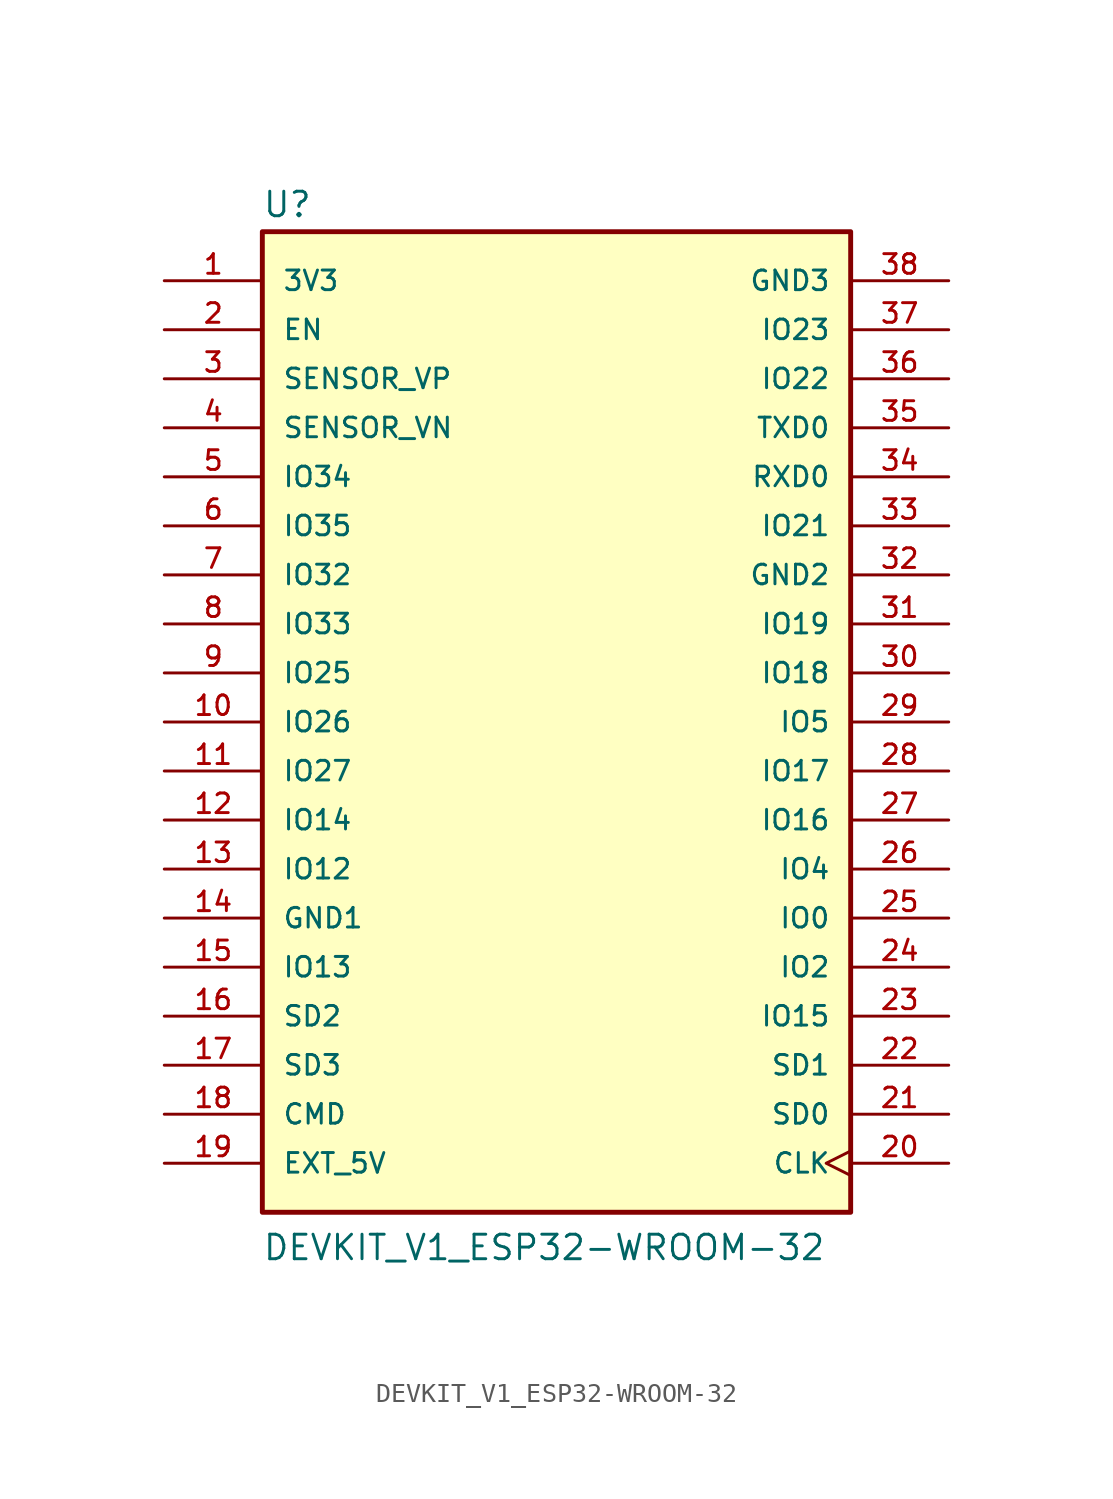
<source format=kicad_sym>
(kicad_symbol_lib
  (version 20231120)
  (generator "kicad_symbol_editor")
  (generator_version "8.0")
  (symbol "DEVKIT_V1_ESP32-WROOM-32"
    (pin_names
      (offset 1.016))
    (property "Reference" "U"
      (at -15.257 26.064 0)
      (effects (font (size 1.27 1.27)) (justify left bottom)))
    (property "Value" "DEVKIT_V1_ESP32-WROOM-32"
      (at -15.256 -27.97 0)
      (effects (font (size 1.27 1.27)) (justify left bottom)))
    (symbol "DEVKIT_V1_ESP32-WROOM-32_0_0"
      (rectangle (start -15.24 -25.4) (end 15.24 25.4) (stroke (width 0.254) (type default)) (fill (type background)))
      (pin power_in line (at -20.32 22.86 0) (length 5.08) (name "3V3" (effects (font (size 1.016 1.016)))) (number "1" (effects (font (size 1.016 1.016)))))
      (pin bidirectional line (at -20.32 0 0) (length 5.08) (name "IO26" (effects (font (size 1.016 1.016)))) (number "10" (effects (font (size 1.016 1.016)))))
      (pin bidirectional line (at -20.32 -2.54 0) (length 5.08) (name "IO27" (effects (font (size 1.016 1.016)))) (number "11" (effects (font (size 1.016 1.016)))))
      (pin bidirectional line (at -20.32 -5.08 0) (length 5.08) (name "IO14" (effects (font (size 1.016 1.016)))) (number "12" (effects (font (size 1.016 1.016)))))
      (pin bidirectional line (at -20.32 -7.62 0) (length 5.08) (name "IO12" (effects (font (size 1.016 1.016)))) (number "13" (effects (font (size 1.016 1.016)))))
      (pin power_in line (at -20.32 -10.16 0) (length 5.08) (name "GND1" (effects (font (size 1.016 1.016)))) (number "14" (effects (font (size 1.016 1.016)))))
      (pin bidirectional line (at -20.32 -12.7 0) (length 5.08) (name "IO13" (effects (font (size 1.016 1.016)))) (number "15" (effects (font (size 1.016 1.016)))))
      (pin bidirectional line (at -20.32 -15.24 0) (length 5.08) (name "SD2" (effects (font (size 1.016 1.016)))) (number "16" (effects (font (size 1.016 1.016)))))
      (pin bidirectional line (at -20.32 -17.78 0) (length 5.08) (name "SD3" (effects (font (size 1.016 1.016)))) (number "17" (effects (font (size 1.016 1.016)))))
      (pin bidirectional line (at -20.32 -20.32 0) (length 5.08) (name "CMD" (effects (font (size 1.016 1.016)))) (number "18" (effects (font (size 1.016 1.016)))))
      (pin power_in line (at -20.32 -22.86 0) (length 5.08) (name "EXT_5V" (effects (font (size 1.016 1.016)))) (number "19" (effects (font (size 1.016 1.016)))))
      (pin input line (at -20.32 20.32 0) (length 5.08) (name "EN" (effects (font (size 1.016 1.016)))) (number "2" (effects (font (size 1.016 1.016)))))
      (pin input clock (at 20.32 -22.86 180) (length 5.08) (name "CLK" (effects (font (size 1.016 1.016)))) (number "20" (effects (font (size 1.016 1.016)))))
      (pin bidirectional line (at 20.32 -20.32 180) (length 5.08) (name "SD0" (effects (font (size 1.016 1.016)))) (number "21" (effects (font (size 1.016 1.016)))))
      (pin bidirectional line (at 20.32 -17.78 180) (length 5.08) (name "SD1" (effects (font (size 1.016 1.016)))) (number "22" (effects (font (size 1.016 1.016)))))
      (pin bidirectional line (at 20.32 -15.24 180) (length 5.08) (name "IO15" (effects (font (size 1.016 1.016)))) (number "23" (effects (font (size 1.016 1.016)))))
      (pin bidirectional line (at 20.32 -12.7 180) (length 5.08) (name "IO2" (effects (font (size 1.016 1.016)))) (number "24" (effects (font (size 1.016 1.016)))))
      (pin bidirectional line (at 20.32 -10.16 180) (length 5.08) (name "IO0" (effects (font (size 1.016 1.016)))) (number "25" (effects (font (size 1.016 1.016)))))
      (pin bidirectional line (at 20.32 -7.62 180) (length 5.08) (name "IO4" (effects (font (size 1.016 1.016)))) (number "26" (effects (font (size 1.016 1.016)))))
      (pin bidirectional line (at 20.32 -5.08 180) (length 5.08) (name "IO16" (effects (font (size 1.016 1.016)))) (number "27" (effects (font (size 1.016 1.016)))))
      (pin bidirectional line (at 20.32 -2.54 180) (length 5.08) (name "IO17" (effects (font (size 1.016 1.016)))) (number "28" (effects (font (size 1.016 1.016)))))
      (pin bidirectional line (at 20.32 0 180) (length 5.08) (name "IO5" (effects (font (size 1.016 1.016)))) (number "29" (effects (font (size 1.016 1.016)))))
      (pin input line (at -20.32 17.78 0) (length 5.08) (name "SENSOR_VP" (effects (font (size 1.016 1.016)))) (number "3" (effects (font (size 1.016 1.016)))))
      (pin bidirectional line (at 20.32 2.54 180) (length 5.08) (name "IO18" (effects (font (size 1.016 1.016)))) (number "30" (effects (font (size 1.016 1.016)))))
      (pin bidirectional line (at 20.32 5.08 180) (length 5.08) (name "IO19" (effects (font (size 1.016 1.016)))) (number "31" (effects (font (size 1.016 1.016)))))
      (pin power_in line (at 20.32 7.62 180) (length 5.08) (name "GND2" (effects (font (size 1.016 1.016)))) (number "32" (effects (font (size 1.016 1.016)))))
      (pin bidirectional line (at 20.32 10.16 180) (length 5.08) (name "IO21" (effects (font (size 1.016 1.016)))) (number "33" (effects (font (size 1.016 1.016)))))
      (pin input line (at 20.32 12.7 180) (length 5.08) (name "RXD0" (effects (font (size 1.016 1.016)))) (number "34" (effects (font (size 1.016 1.016)))))
      (pin output line (at 20.32 15.24 180) (length 5.08) (name "TXD0" (effects (font (size 1.016 1.016)))) (number "35" (effects (font (size 1.016 1.016)))))
      (pin bidirectional line (at 20.32 17.78 180) (length 5.08) (name "IO22" (effects (font (size 1.016 1.016)))) (number "36" (effects (font (size 1.016 1.016)))))
      (pin bidirectional line (at 20.32 20.32 180) (length 5.08) (name "IO23" (effects (font (size 1.016 1.016)))) (number "37" (effects (font (size 1.016 1.016)))))
      (pin power_in line (at 20.32 22.86 180) (length 5.08) (name "GND3" (effects (font (size 1.016 1.016)))) (number "38" (effects (font (size 1.016 1.016)))))
      (pin input line (at -20.32 15.24 0) (length 5.08) (name "SENSOR_VN" (effects (font (size 1.016 1.016)))) (number "4" (effects (font (size 1.016 1.016)))))
      (pin bidirectional line (at -20.32 12.7 0) (length 5.08) (name "IO34" (effects (font (size 1.016 1.016)))) (number "5" (effects (font (size 1.016 1.016)))))
      (pin bidirectional line (at -20.32 10.16 0) (length 5.08) (name "IO35" (effects (font (size 1.016 1.016)))) (number "6" (effects (font (size 1.016 1.016)))))
      (pin bidirectional line (at -20.32 7.62 0) (length 5.08) (name "IO32" (effects (font (size 1.016 1.016)))) (number "7" (effects (font (size 1.016 1.016)))))
      (pin bidirectional line (at -20.32 5.08 0) (length 5.08) (name "IO33" (effects (font (size 1.016 1.016)))) (number "8" (effects (font (size 1.016 1.016)))))
      (pin bidirectional line (at -20.32 2.54 0) (length 5.08) (name "IO25" (effects (font (size 1.016 1.016)))) (number "9" (effects (font (size 1.016 1.016))))))))
</source>
